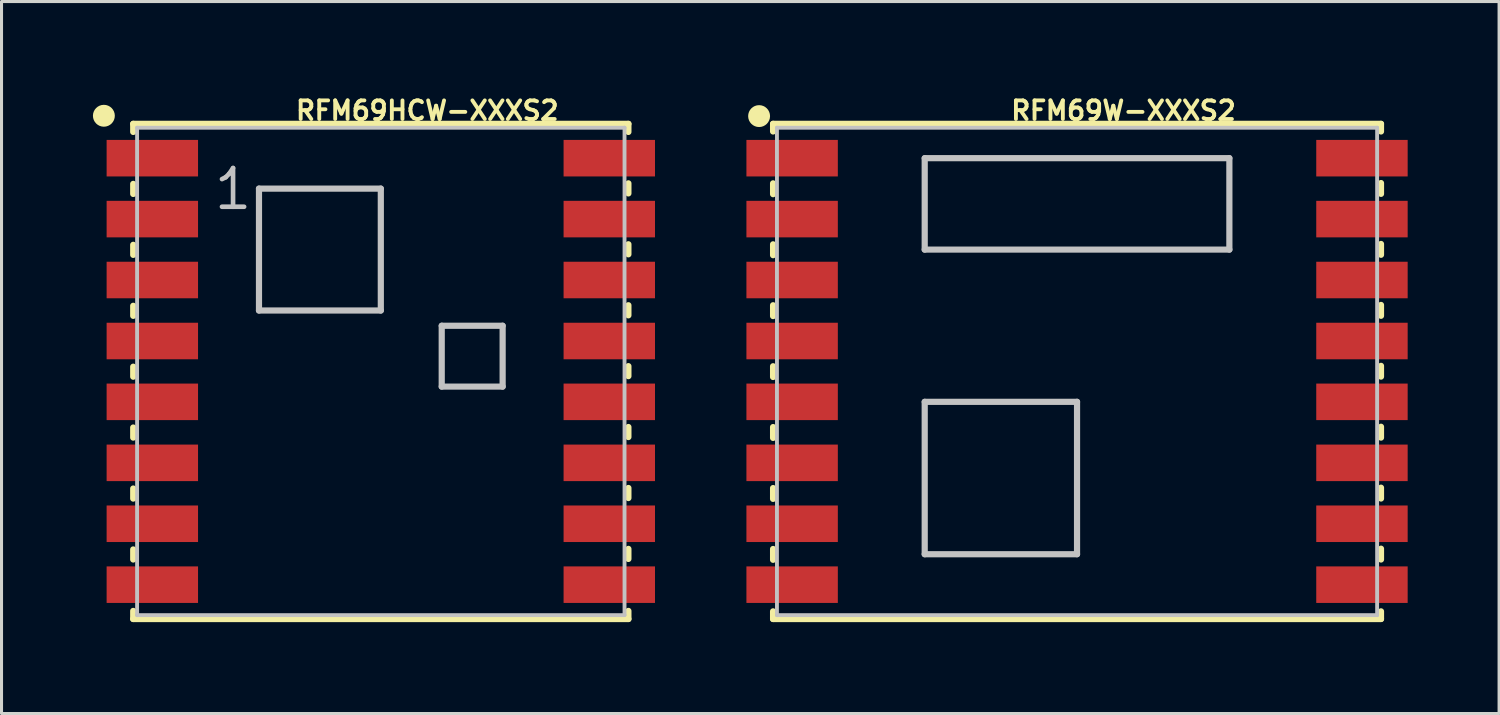
<source format=kicad_pcb>
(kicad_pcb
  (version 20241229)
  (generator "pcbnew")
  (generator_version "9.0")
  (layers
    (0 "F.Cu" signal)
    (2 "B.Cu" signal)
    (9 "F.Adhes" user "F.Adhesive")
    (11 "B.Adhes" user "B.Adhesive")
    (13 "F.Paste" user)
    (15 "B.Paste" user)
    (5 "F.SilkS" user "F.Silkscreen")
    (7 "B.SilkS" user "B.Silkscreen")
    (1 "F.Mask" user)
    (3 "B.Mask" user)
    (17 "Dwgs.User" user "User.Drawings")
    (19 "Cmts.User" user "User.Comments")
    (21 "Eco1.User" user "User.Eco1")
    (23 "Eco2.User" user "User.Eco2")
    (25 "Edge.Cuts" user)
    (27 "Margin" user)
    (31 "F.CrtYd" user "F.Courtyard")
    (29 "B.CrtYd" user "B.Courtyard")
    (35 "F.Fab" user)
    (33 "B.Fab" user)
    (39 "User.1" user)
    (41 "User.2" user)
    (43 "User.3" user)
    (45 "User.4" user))
  (footprint "RFM69HCW-XXXS2"
    (layer "F.Cu")
    (at 9.447 9.139)
    (property "Reference" "RFM69HCW-XXXS2" (at 1.524 -8.56 0) (layer "F.SilkS") (effects (font (size 0.61 0.61) (thickness 0.127))))
    (attr smd)
    (fp_line (start -8.125 -8.125) (end 8.125 -8.125) (stroke (width 0.203) (type solid)) (layer "F.SilkS"))
    (fp_line (start -8.125 -7.859) (end -8.125 -8.125) (stroke (width 0.203) (type solid)) (layer "F.SilkS"))
    (fp_line (start -8.125 -5.824) (end -8.125 -6.154) (stroke (width 0.203) (type solid)) (layer "F.SilkS"))
    (fp_line (start -8.125 -3.825) (end -8.125 -4.155) (stroke (width 0.203) (type solid)) (layer "F.SilkS"))
    (fp_line (start -8.125 -1.824) (end -8.125 -2.154) (stroke (width 0.203) (type solid)) (layer "F.SilkS"))
    (fp_line (start -8.125 0.173) (end -8.125 -0.155) (stroke (width 0.203) (type solid)) (layer "F.SilkS"))
    (fp_line (start -8.125 2.172) (end -8.125 1.841) (stroke (width 0.203) (type solid)) (layer "F.SilkS"))
    (fp_line (start -8.125 4.173) (end -8.125 3.843) (stroke (width 0.203) (type solid)) (layer "F.SilkS"))
    (fp_line (start -8.125 6.172) (end -8.125 5.842) (stroke (width 0.203) (type solid)) (layer "F.SilkS"))
    (fp_line (start -8.125 8.125) (end -8.125 7.859) (stroke (width 0.203) (type solid)) (layer "F.SilkS"))
    (fp_line (start 8.125 -8.125) (end 8.125 -7.859) (stroke (width 0.203) (type solid)) (layer "F.SilkS"))
    (fp_line (start 8.125 -6.172) (end 8.125 -5.842) (stroke (width 0.203) (type solid)) (layer "F.SilkS"))
    (fp_line (start 8.125 -4.173) (end 8.125 -3.843) (stroke (width 0.203) (type solid)) (layer "F.SilkS"))
    (fp_line (start 8.125 -2.172) (end 8.125 -1.841) (stroke (width 0.203) (type solid)) (layer "F.SilkS"))
    (fp_line (start 8.125 -0.173) (end 8.125 0.155) (stroke (width 0.203) (type solid)) (layer "F.SilkS"))
    (fp_line (start 8.125 1.824) (end 8.125 2.154) (stroke (width 0.203) (type solid)) (layer "F.SilkS"))
    (fp_line (start 8.125 3.825) (end 8.125 4.155) (stroke (width 0.203) (type solid)) (layer "F.SilkS"))
    (fp_line (start 8.125 5.824) (end 8.125 6.154) (stroke (width 0.203) (type solid)) (layer "F.SilkS"))
    (fp_line (start 8.125 7.859) (end 8.125 8.125) (stroke (width 0.203) (type solid)) (layer "F.SilkS"))
    (fp_line (start 8.125 8.125) (end -8.125 8.125) (stroke (width 0.203) (type solid)) (layer "F.SilkS"))
    (fp_circle (center -9.088 -8.39) (end -9.342 -8.644) (stroke (width 0) (type solid)) (fill yes) (layer "F.SilkS"))
    (fp_line (start -7.998 -7.998) (end -7.998 7.998) (stroke (width 0.127) (type solid)) (layer "Dwgs.User"))
    (fp_line (start -7.998 7.998) (end 7.998 7.998) (stroke (width 0.127) (type solid)) (layer "Dwgs.User"))
    (fp_line (start -3.998 -5.999) (end -3.998 -1.999) (stroke (width 0.203) (type solid)) (layer "Dwgs.User"))
    (fp_line (start -3.998 -1.999) (end 0 -1.999) (stroke (width 0.203) (type solid)) (layer "Dwgs.User"))
    (fp_line (start 0 -5.999) (end -3.998 -5.999) (stroke (width 0.203) (type solid)) (layer "Dwgs.User"))
    (fp_line (start 0 -1.999) (end 0 -5.999) (stroke (width 0.203) (type solid)) (layer "Dwgs.User"))
    (fp_line (start 1.999 0.498) (end 1.999 -1.499) (stroke (width 0.203) (type solid)) (layer "Dwgs.User"))
    (fp_line (start 3.998 -1.499) (end 1.999 -1.499) (stroke (width 0.203) (type solid)) (layer "Dwgs.User"))
    (fp_line (start 3.998 0.498) (end 1.999 0.498) (stroke (width 0.203) (type solid)) (layer "Dwgs.User"))
    (fp_line (start 3.998 0.498) (end 3.998 -1.499) (stroke (width 0.203) (type solid)) (layer "Dwgs.User"))
    (fp_line (start 7.998 -7.998) (end -7.998 -7.998) (stroke (width 0.127) (type solid)) (layer "Dwgs.User"))
    (fp_line (start 7.998 7.998) (end 7.998 -7.998) (stroke (width 0.127) (type solid)) (layer "Dwgs.User"))
    (fp_text user "1" (at -4.849 -5.984 0) (layer "Dwgs.User") (effects (font (size 1.27 1.27) (thickness 0.152))))
    (pad "1" smd rect (at -7.498 -6.998) (size 3 1.199) (layers "F.Cu" "F.Mask" "F.Paste"))
    (pad "2" smd rect (at -7.498 -4.999) (size 3 1.199) (layers "F.Cu" "F.Mask" "F.Paste"))
    (pad "3" smd rect (at -7.498 -3) (size 3 1.199) (layers "F.Cu" "F.Mask" "F.Paste"))
    (pad "4" smd rect (at -7.498 -0.998) (size 3 1.199) (layers "F.Cu" "F.Mask" "F.Paste"))
    (pad "5" smd rect (at -7.498 0.998) (size 3 1.199) (layers "F.Cu" "F.Mask" "F.Paste"))
    (pad "6" smd rect (at -7.498 3) (size 3 1.199) (layers "F.Cu" "F.Mask" "F.Paste"))
    (pad "7" smd rect (at -7.498 4.999) (size 3 1.199) (layers "F.Cu" "F.Mask" "F.Paste"))
    (pad "8" smd rect (at -7.498 6.998) (size 3 1.199) (layers "F.Cu" "F.Mask" "F.Paste"))
    (pad "9" smd rect (at 7.498 6.998) (size 3 1.199) (layers "F.Cu" "F.Mask" "F.Paste"))
    (pad "10" smd rect (at 7.498 4.999) (size 3 1.199) (layers "F.Cu" "F.Mask" "F.Paste"))
    (pad "11" smd rect (at 7.498 3) (size 3 1.199) (layers "F.Cu" "F.Mask" "F.Paste"))
    (pad "12" smd rect (at 7.498 0.998) (size 3 1.199) (layers "F.Cu" "F.Mask" "F.Paste"))
    (pad "13" smd rect (at 7.498 -0.998) (size 3 1.199) (layers "F.Cu" "F.Mask" "F.Paste"))
    (pad "14" smd rect (at 7.498 -3) (size 3 1.199) (layers "F.Cu" "F.Mask" "F.Paste"))
    (pad "15" smd rect (at 7.498 -4.999) (size 3 1.199) (layers "F.Cu" "F.Mask" "F.Paste"))
    (pad "16" smd rect (at 7.498 -6.998) (size 3 1.199) (layers "F.Cu" "F.Mask" "F.Paste")))
  (footprint "RFM69W-XXXS2"
    (layer "F.Cu")
    (at 32.295 9.139)
    (property "Reference" "RFM69W-XXXS2" (at 1.524 -8.56 0) (layer "F.SilkS") (effects (font (size 0.61 0.61) (thickness 0.127))))
    (attr smd)
    (fp_line (start -9.975 -8.125) (end 9.975 -8.125) (stroke (width 0.203) (type solid)) (layer "F.SilkS"))
    (fp_line (start -9.975 -7.874) (end -9.975 -8.125) (stroke (width 0.203) (type solid)) (layer "F.SilkS"))
    (fp_line (start -9.975 -5.817) (end -9.975 -6.172) (stroke (width 0.203) (type solid)) (layer "F.SilkS"))
    (fp_line (start -9.975 -3.815) (end -9.975 -4.171) (stroke (width 0.203) (type solid)) (layer "F.SilkS"))
    (fp_line (start -9.975 -1.816) (end -9.975 -2.172) (stroke (width 0.203) (type solid)) (layer "F.SilkS"))
    (fp_line (start -9.975 0.183) (end -9.975 -0.17) (stroke (width 0.203) (type solid)) (layer "F.SilkS"))
    (fp_line (start -9.975 2.182) (end -9.975 1.826) (stroke (width 0.203) (type solid)) (layer "F.SilkS"))
    (fp_line (start -9.975 4.183) (end -9.975 3.828) (stroke (width 0.203) (type solid)) (layer "F.SilkS"))
    (fp_line (start -9.975 6.182) (end -9.975 5.827) (stroke (width 0.203) (type solid)) (layer "F.SilkS"))
    (fp_line (start -9.975 8.125) (end -9.975 7.874) (stroke (width 0.203) (type solid)) (layer "F.SilkS"))
    (fp_line (start 9.975 -8.125) (end 9.975 -7.874) (stroke (width 0.203) (type solid)) (layer "F.SilkS"))
    (fp_line (start 9.975 -6.182) (end 9.975 -5.827) (stroke (width 0.203) (type solid)) (layer "F.SilkS"))
    (fp_line (start 9.975 -4.183) (end 9.975 -3.828) (stroke (width 0.203) (type solid)) (layer "F.SilkS"))
    (fp_line (start 9.975 -2.182) (end 9.975 -1.826) (stroke (width 0.203) (type solid)) (layer "F.SilkS"))
    (fp_line (start 9.975 -0.183) (end 9.975 0.17) (stroke (width 0.203) (type solid)) (layer "F.SilkS"))
    (fp_line (start 9.975 1.816) (end 9.975 2.172) (stroke (width 0.203) (type solid)) (layer "F.SilkS"))
    (fp_line (start 9.975 3.815) (end 9.975 4.171) (stroke (width 0.203) (type solid)) (layer "F.SilkS"))
    (fp_line (start 9.975 5.817) (end 9.975 6.172) (stroke (width 0.203) (type solid)) (layer "F.SilkS"))
    (fp_line (start 9.975 7.874) (end 9.975 8.125) (stroke (width 0.203) (type solid)) (layer "F.SilkS"))
    (fp_line (start 9.975 8.125) (end -9.975 8.125) (stroke (width 0.203) (type solid)) (layer "F.SilkS"))
    (fp_circle (center -10.434 -8.379) (end -10.688 -8.633) (stroke (width 0) (type solid)) (fill yes) (layer "F.SilkS"))
    (fp_line (start -9.848 -7.998) (end 9.848 -7.998) (stroke (width 0.127) (type solid)) (layer "Dwgs.User"))
    (fp_line (start -9.848 7.998) (end -9.848 -7.998) (stroke (width 0.127) (type solid)) (layer "Dwgs.User"))
    (fp_line (start -4.999 -6.998) (end -4.999 -3.998) (stroke (width 0.203) (type solid)) (layer "Dwgs.User"))
    (fp_line (start -4.999 -3.998) (end 4.999 -3.998) (stroke (width 0.203) (type solid)) (layer "Dwgs.User"))
    (fp_line (start -4.999 0.998) (end -4.999 5.999) (stroke (width 0.203) (type solid)) (layer "Dwgs.User"))
    (fp_line (start -4.999 5.999) (end 0 5.999) (stroke (width 0.203) (type solid)) (layer "Dwgs.User"))
    (fp_line (start 0 0.998) (end -4.999 0.998) (stroke (width 0.203) (type solid)) (layer "Dwgs.User"))
    (fp_line (start 0 5.999) (end 0 0.998) (stroke (width 0.203) (type solid)) (layer "Dwgs.User"))
    (fp_line (start 4.999 -6.998) (end -4.999 -6.998) (stroke (width 0.203) (type solid)) (layer "Dwgs.User"))
    (fp_line (start 4.999 -3.998) (end 4.999 -6.998) (stroke (width 0.203) (type solid)) (layer "Dwgs.User"))
    (fp_line (start 9.848 -7.998) (end 9.848 7.998) (stroke (width 0.127) (type solid)) (layer "Dwgs.User"))
    (fp_line (start 9.848 7.998) (end -9.848 7.998) (stroke (width 0.127) (type solid)) (layer "Dwgs.User"))
    (pad "1" smd rect (at -9.35 -6.998) (size 3 1.199) (layers "F.Cu" "F.Mask" "F.Paste"))
    (pad "2" smd rect (at -9.35 -4.999) (size 3 1.199) (layers "F.Cu" "F.Mask" "F.Paste"))
    (pad "3" smd rect (at -9.35 -3) (size 3 1.199) (layers "F.Cu" "F.Mask" "F.Paste"))
    (pad "4" smd rect (at -9.35 -0.998) (size 3 1.199) (layers "F.Cu" "F.Mask" "F.Paste"))
    (pad "5" smd rect (at -9.35 0.998) (size 3 1.199) (layers "F.Cu" "F.Mask" "F.Paste"))
    (pad "6" smd rect (at -9.35 3) (size 3 1.199) (layers "F.Cu" "F.Mask" "F.Paste"))
    (pad "7" smd rect (at -9.35 4.999) (size 3 1.199) (layers "F.Cu" "F.Mask" "F.Paste"))
    (pad "8" smd rect (at -9.35 6.998) (size 3 1.199) (layers "F.Cu" "F.Mask" "F.Paste"))
    (pad "9" smd rect (at 9.35 6.998) (size 3 1.199) (layers "F.Cu" "F.Mask" "F.Paste"))
    (pad "10" smd rect (at 9.35 4.999) (size 3 1.199) (layers "F.Cu" "F.Mask" "F.Paste"))
    (pad "11" smd rect (at 9.35 3) (size 3 1.199) (layers "F.Cu" "F.Mask" "F.Paste"))
    (pad "12" smd rect (at 9.35 0.998) (size 3 1.199) (layers "F.Cu" "F.Mask" "F.Paste"))
    (pad "13" smd rect (at 9.35 -0.998) (size 3 1.199) (layers "F.Cu" "F.Mask" "F.Paste"))
    (pad "14" smd rect (at 9.35 -3) (size 3 1.199) (layers "F.Cu" "F.Mask" "F.Paste"))
    (pad "15" smd rect (at 9.35 -4.999) (size 3 1.199) (layers "F.Cu" "F.Mask" "F.Paste"))
    (pad "16" smd rect (at 9.35 -6.998) (size 3 1.199) (layers "F.Cu" "F.Mask" "F.Paste")))
  (gr_rect
    (start -3 -3)
    (end 46.145 20.366)
    (stroke (width 0.1) (type default))
    (fill no)
    (layer "Edge.Cuts")))
</source>
